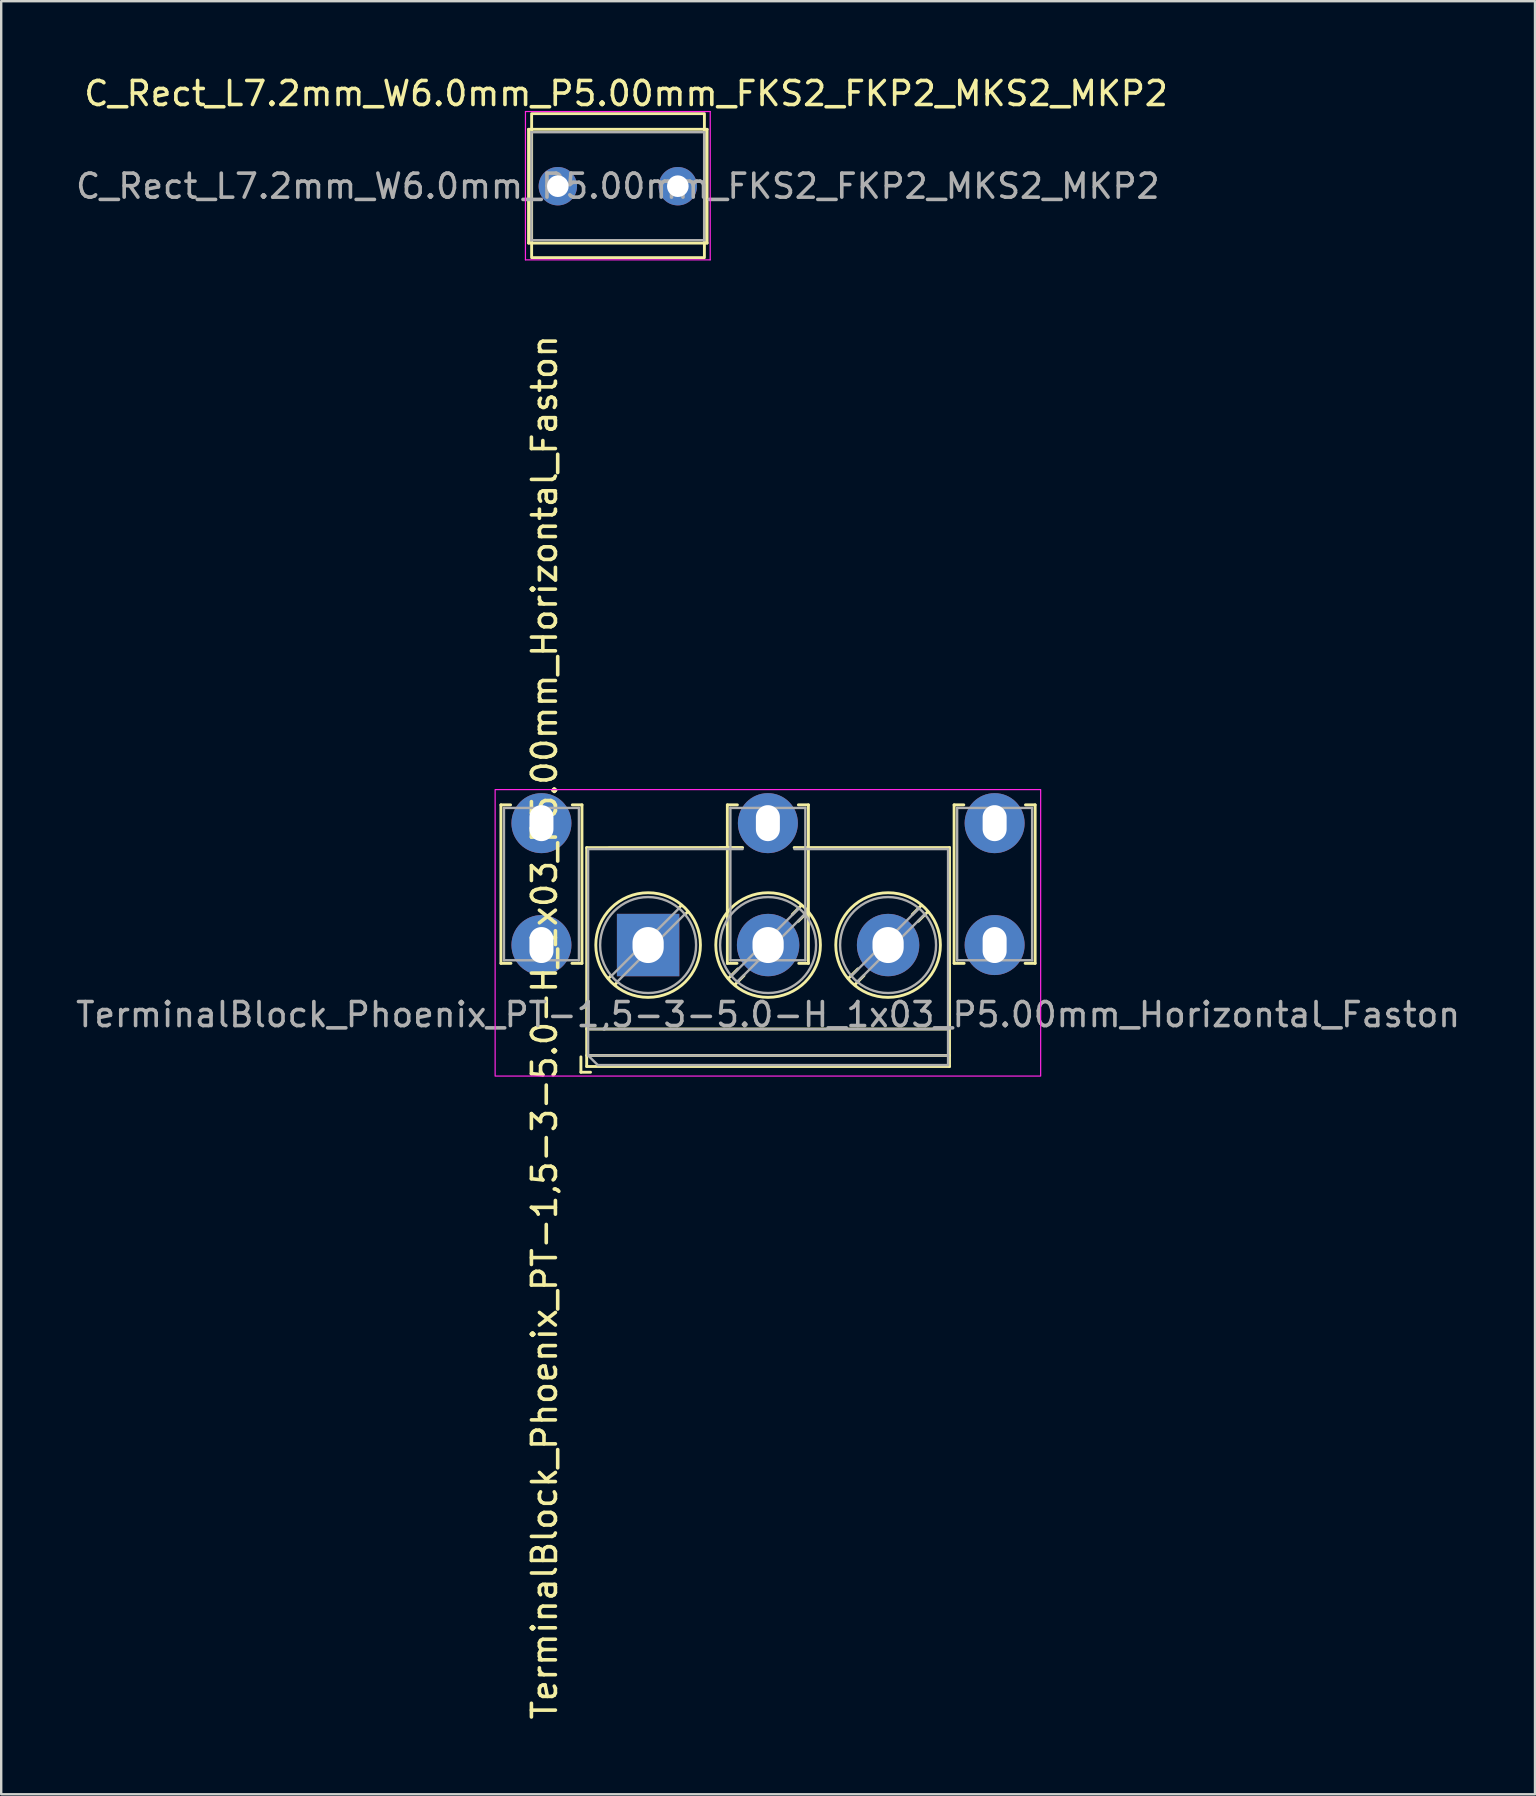
<source format=kicad_pcb>
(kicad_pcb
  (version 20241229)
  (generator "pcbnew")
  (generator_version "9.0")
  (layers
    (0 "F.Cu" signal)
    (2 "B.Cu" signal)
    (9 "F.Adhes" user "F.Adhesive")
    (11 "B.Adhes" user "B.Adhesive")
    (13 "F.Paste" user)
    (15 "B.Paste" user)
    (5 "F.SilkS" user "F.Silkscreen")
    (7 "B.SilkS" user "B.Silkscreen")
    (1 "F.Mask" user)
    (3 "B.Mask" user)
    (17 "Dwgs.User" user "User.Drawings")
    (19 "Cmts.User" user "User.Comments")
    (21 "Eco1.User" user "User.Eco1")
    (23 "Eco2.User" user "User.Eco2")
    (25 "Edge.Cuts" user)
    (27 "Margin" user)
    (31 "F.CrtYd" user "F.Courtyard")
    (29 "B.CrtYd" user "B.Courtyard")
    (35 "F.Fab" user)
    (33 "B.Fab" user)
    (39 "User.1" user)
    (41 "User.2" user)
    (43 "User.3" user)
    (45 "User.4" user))
  (footprint "C_Rect_L7.2mm_W6.0mm_P5.00mm_FKS2_FKP2_MKS2_MKP2"
    (layer "F.Cu")
    (at 20.196 4.709)
    (property "Reference" "C_Rect_L7.2mm_W6.0mm_P5.00mm_FKS2_FKP2_MKS2_MKP2" (at 2.845 -3.861 0) (layer "F.SilkS") (effects (font (size 1 1) (thickness 0.15))))
    (attr through_hole)
    (fp_line (start -1.22 -2.37) (end -1.22 2.37) (stroke (width 0.12) (type solid)) (layer "F.SilkS"))
    (fp_line (start -1.22 -2.37) (end 6.22 -2.37) (stroke (width 0.12) (type solid)) (layer "F.SilkS"))
    (fp_line (start -1.22 2.37) (end 6.22 2.37) (stroke (width 0.12) (type solid)) (layer "F.SilkS"))
    (fp_line (start 6.22 -2.37) (end 6.22 2.37) (stroke (width 0.12) (type solid)) (layer "F.SilkS"))
    (fp_rect (start -1.092 -3.023) (end 6.108 2.977) (stroke (width 0.12) (type solid)) (fill no) (layer "F.SilkS"))
    (fp_line (start -1.35 3.069) (end 6.35 3.069) (stroke (width 0.05) (type solid)) (layer "F.CrtYd"))
    (fp_line (start -1.349 -3.111) (end -1.35 3.069) (stroke (width 0.05) (type solid)) (layer "F.CrtYd"))
    (fp_line (start 6.35 3.069) (end 6.351 -3.111) (stroke (width 0.05) (type solid)) (layer "F.CrtYd"))
    (fp_line (start 6.351 -3.111) (end -1.349 -3.111) (stroke (width 0.05) (type solid)) (layer "F.CrtYd"))
    (fp_line (start -1.1 -2.25) (end -1.1 2.25) (stroke (width 0.1) (type solid)) (layer "F.Fab"))
    (fp_line (start -1.1 2.25) (end 6.1 2.25) (stroke (width 0.1) (type solid)) (layer "F.Fab"))
    (fp_line (start 6.1 -2.25) (end -1.1 -2.25) (stroke (width 0.1) (type solid)) (layer "F.Fab"))
    (fp_line (start 6.1 2.25) (end 6.1 -2.25) (stroke (width 0.1) (type solid)) (layer "F.Fab"))
    (fp_text user "${REFERENCE}" (at 2.5 0 0) (layer "F.Fab") (effects (font (size 1 1) (thickness 0.15))))
    (pad "1" thru_hole circle (at 0 0) (size 1.6 1.6) (drill 0.9) (layers "*.Cu" "*.Mask"))
    (pad "2" thru_hole circle (at 5 0) (size 1.6 1.6) (drill 0.9) (layers "*.Cu" "*.Mask")))
  (footprint "TerminalBlock_Phoenix_PT-1,5-3-5.0-H_1x03_P5.00mm_Horizontal_Faston"
    (layer "F.Cu")
    (at 23.958 36.332)
    (property "Reference" "TerminalBlock_Phoenix_PT-1,5-3-5.0-H_1x03_P5.00mm_Horizontal_Faston" (at -4.318 3.429 270) (layer "F.SilkS") (effects (font (size 1 1) (thickness 0.15))))
    (attr through_hole)
    (fp_line (start -6.134 -5.842) (end -6.134 0.762) (stroke (width 0.12) (type solid)) (layer "F.SilkS"))
    (fp_line (start -6.134 0.762) (end -5.715 0.762) (stroke (width 0.12) (type solid)) (layer "F.SilkS"))
    (fp_line (start -5.73 -5.842) (end -6.134 -5.842) (stroke (width 0.12) (type solid)) (layer "F.SilkS"))
    (fp_line (start -3.175 0.762) (end -2.756 0.762) (stroke (width 0.12) (type solid)) (layer "F.SilkS"))
    (fp_line (start -2.8 4.66) (end -2.8 5.3) (stroke (width 0.12) (type solid)) (layer "F.SilkS"))
    (fp_line (start -2.8 5.3) (end -2.4 5.3) (stroke (width 0.12) (type solid)) (layer "F.SilkS"))
    (fp_line (start -2.756 -5.842) (end -3.16 -5.842) (stroke (width 0.12) (type solid)) (layer "F.SilkS"))
    (fp_line (start -2.756 0.762) (end -2.756 -5.842) (stroke (width 0.12) (type solid)) (layer "F.SilkS"))
    (fp_line (start -2.56 -4.06) (end -2.56 5.06) (stroke (width 0.12) (type solid)) (layer "F.SilkS"))
    (fp_line (start -2.56 -4.06) (end 3.937 -4.064) (stroke (width 0.12) (type solid)) (layer "F.SilkS"))
    (fp_line (start -2.56 3.5) (end 12.56 3.5) (stroke (width 0.12) (type solid)) (layer "F.SilkS"))
    (fp_line (start -2.56 4.6) (end 12.56 4.6) (stroke (width 0.12) (type solid)) (layer "F.SilkS"))
    (fp_line (start -2.56 5.06) (end 12.56 5.06) (stroke (width 0.12) (type solid)) (layer "F.SilkS"))
    (fp_line (start -1.548 1.281) (end -1.654 1.388) (stroke (width 0.12) (type solid)) (layer "F.SilkS"))
    (fp_line (start -1.282 1.547) (end -1.388 1.654) (stroke (width 0.12) (type solid)) (layer "F.SilkS"))
    (fp_line (start 1.388 -1.654) (end 1.281 -1.547) (stroke (width 0.12) (type solid)) (layer "F.SilkS"))
    (fp_line (start 1.654 -1.388) (end 1.547 -1.281) (stroke (width 0.12) (type solid)) (layer "F.SilkS"))
    (fp_line (start 3.302 -5.842) (end 3.302 0.762) (stroke (width 0.12) (type solid)) (layer "F.SilkS"))
    (fp_line (start 3.302 0.762) (end 3.706 0.762) (stroke (width 0.12) (type solid)) (layer "F.SilkS"))
    (fp_line (start 3.721 -5.842) (end 3.302 -5.842) (stroke (width 0.12) (type solid)) (layer "F.SilkS"))
    (fp_line (start 3.742 0.992) (end 3.347 1.388) (stroke (width 0.12) (type solid)) (layer "F.SilkS"))
    (fp_line (start 3.993 1.274) (end 3.613 1.654) (stroke (width 0.12) (type solid)) (layer "F.SilkS"))
    (fp_line (start 6.087 -4.063) (end 12.564 -4.063) (stroke (width 0.12) (type solid)) (layer "F.SilkS"))
    (fp_line (start 6.276 0.762) (end 6.68 0.762) (stroke (width 0.12) (type solid)) (layer "F.SilkS"))
    (fp_line (start 6.388 -1.654) (end 6.008 -1.274) (stroke (width 0.12) (type solid)) (layer "F.SilkS"))
    (fp_line (start 6.654 -1.388) (end 6.259 -0.992) (stroke (width 0.12) (type solid)) (layer "F.SilkS"))
    (fp_line (start 6.68 -5.842) (end 6.261 -5.842) (stroke (width 0.12) (type solid)) (layer "F.SilkS"))
    (fp_line (start 6.68 0.762) (end 6.68 -5.842) (stroke (width 0.12) (type solid)) (layer "F.SilkS"))
    (fp_line (start 8.742 0.992) (end 8.347 1.388) (stroke (width 0.12) (type solid)) (layer "F.SilkS"))
    (fp_line (start 8.993 1.274) (end 8.613 1.654) (stroke (width 0.12) (type solid)) (layer "F.SilkS"))
    (fp_line (start 11.388 -1.654) (end 11.008 -1.274) (stroke (width 0.12) (type solid)) (layer "F.SilkS"))
    (fp_line (start 11.654 -1.388) (end 11.259 -0.992) (stroke (width 0.12) (type solid)) (layer "F.SilkS"))
    (fp_line (start 12.56 -4.06) (end 12.56 5.06) (stroke (width 0.12) (type solid)) (layer "F.SilkS"))
    (fp_line (start 12.751 -5.842) (end 12.751 0.762) (stroke (width 0.12) (type solid)) (layer "F.SilkS"))
    (fp_line (start 12.751 0.762) (end 13.17 0.762) (stroke (width 0.12) (type solid)) (layer "F.SilkS"))
    (fp_line (start 13.155 -5.842) (end 12.751 -5.842) (stroke (width 0.12) (type solid)) (layer "F.SilkS"))
    (fp_line (start 15.71 0.762) (end 16.129 0.762) (stroke (width 0.12) (type solid)) (layer "F.SilkS"))
    (fp_line (start 16.129 -5.842) (end 15.725 -5.842) (stroke (width 0.12) (type solid)) (layer "F.SilkS"))
    (fp_line (start 16.129 0.762) (end 16.129 -5.842) (stroke (width 0.12) (type solid)) (layer "F.SilkS"))
    (fp_circle (center 0 0) (end 2.18 0) (stroke (width 0.12) (type solid)) (fill no) (layer "F.SilkS"))
    (fp_circle (center 5 0) (end 7.18 0) (stroke (width 0.12) (type solid)) (fill no) (layer "F.SilkS"))
    (fp_circle (center 10 0) (end 12.18 0) (stroke (width 0.12) (type solid)) (fill no) (layer "F.SilkS"))
    (fp_rect (start -6.375 -6.477) (end 16.358 5.461) (stroke (width 0.05) (type default)) (fill no) (layer "F.CrtYd"))
    (fp_line (start -6.007 -5.715) (end -6.007 0.635) (stroke (width 0.1) (type solid)) (layer "F.Fab"))
    (fp_line (start -6.007 0.635) (end -2.883 0.635) (stroke (width 0.1) (type solid)) (layer "F.Fab"))
    (fp_line (start -2.883 -5.715) (end -6.007 -5.715) (stroke (width 0.1) (type solid)) (layer "F.Fab"))
    (fp_line (start -2.883 0.635) (end -2.883 -5.715) (stroke (width 0.1) (type solid)) (layer "F.Fab"))
    (fp_line (start -2.5 -4) (end 3.937 -4) (stroke (width 0.1) (type solid)) (layer "F.Fab"))
    (fp_line (start -2.5 3.5) (end 12.5 3.5) (stroke (width 0.1) (type solid)) (layer "F.Fab"))
    (fp_line (start -2.5 4.6) (end -2.5 -4) (stroke (width 0.1) (type solid)) (layer "F.Fab"))
    (fp_line (start -2.5 4.6) (end 12.5 4.6) (stroke (width 0.1) (type solid)) (layer "F.Fab"))
    (fp_line (start -2.1 5) (end -2.5 4.6) (stroke (width 0.1) (type solid)) (layer "F.Fab"))
    (fp_line (start 1.273 -1.517) (end -1.517 1.273) (stroke (width 0.1) (type solid)) (layer "F.Fab"))
    (fp_line (start 1.517 -1.273) (end -1.273 1.517) (stroke (width 0.1) (type solid)) (layer "F.Fab"))
    (fp_line (start 3.429 -5.715) (end 3.429 0.635) (stroke (width 0.1) (type solid)) (layer "F.Fab"))
    (fp_line (start 3.429 0.635) (end 6.553 0.635) (stroke (width 0.1) (type solid)) (layer "F.Fab"))
    (fp_line (start 6.096 -4) (end 12.5 -4) (stroke (width 0.1) (type solid)) (layer "F.Fab"))
    (fp_line (start 6.273 -1.517) (end 3.484 1.273) (stroke (width 0.1) (type solid)) (layer "F.Fab"))
    (fp_line (start 6.517 -1.273) (end 3.728 1.517) (stroke (width 0.1) (type solid)) (layer "F.Fab"))
    (fp_line (start 6.553 -5.715) (end 3.429 -5.715) (stroke (width 0.1) (type solid)) (layer "F.Fab"))
    (fp_line (start 6.553 0.635) (end 6.553 -5.715) (stroke (width 0.1) (type solid)) (layer "F.Fab"))
    (fp_line (start 11.273 -1.517) (end 8.484 1.273) (stroke (width 0.1) (type solid)) (layer "F.Fab"))
    (fp_line (start 11.517 -1.273) (end 8.728 1.517) (stroke (width 0.1) (type solid)) (layer "F.Fab"))
    (fp_line (start 12.5 -4) (end 12.5 5) (stroke (width 0.1) (type solid)) (layer "F.Fab"))
    (fp_line (start 12.5 5) (end -2.1 5) (stroke (width 0.1) (type solid)) (layer "F.Fab"))
    (fp_line (start 12.878 -5.715) (end 12.878 0.635) (stroke (width 0.1) (type solid)) (layer "F.Fab"))
    (fp_line (start 12.878 0.635) (end 16.002 0.635) (stroke (width 0.1) (type solid)) (layer "F.Fab"))
    (fp_line (start 16.002 -5.715) (end 12.878 -5.715) (stroke (width 0.1) (type solid)) (layer "F.Fab"))
    (fp_line (start 16.002 0.635) (end 16.002 -5.715) (stroke (width 0.1) (type solid)) (layer "F.Fab"))
    (fp_circle (center 0 0) (end 2 0) (stroke (width 0.1) (type solid)) (fill no) (layer "F.Fab"))
    (fp_circle (center 5 0) (end 7 0) (stroke (width 0.1) (type solid)) (fill no) (layer "F.Fab"))
    (fp_circle (center 10 0) (end 12 0) (stroke (width 0.1) (type solid)) (fill no) (layer "F.Fab"))
    (fp_text user "${REFERENCE}" (at 5 2.9 0) (layer "F.Fab") (effects (font (size 1 1) (thickness 0.15))))
    (pad "1" thru_hole circle (at -4.445 -5.08 270) (size 2.5 2.5) (drill oval 1.5 1) (layers "*.Cu" "*.Mask"))
    (pad "1" thru_hole circle (at -4.445 0 270) (size 2.5 2.5) (drill oval 1.5 1) (layers "*.Cu" "*.Mask"))
    (pad "1" thru_hole rect (at 0 0) (size 2.6 2.6) (drill oval 1.3 1.5) (layers "*.Cu" "*.Mask"))
    (pad "2" thru_hole circle (at 4.991 -5.08 90) (size 2.5 2.5) (drill oval 1.5 1) (layers "*.Cu" "*.Mask"))
    (pad "2" thru_hole circle (at 5 0) (size 2.6 2.6) (drill oval 1.3 1.5) (layers "*.Cu" "*.Mask"))
    (pad "3" thru_hole circle (at 10 0) (size 2.6 2.6) (drill oval 1.3 1.5) (layers "*.Cu" "*.Mask"))
    (pad "3" thru_hole circle (at 14.44 -5.08 270) (size 2.5 2.5) (drill oval 1.5 1) (layers "*.Cu" "*.Mask"))
    (pad "3" thru_hole circle (at 14.44 0 270) (size 2.5 2.5) (drill oval 1.5 1) (layers "*.Cu" "*.Mask")))
  (gr_rect
    (start -3 -3)
    (end 60.917 71.72)
    (stroke (width 0.1) (type default))
    (fill no)
    (layer "Edge.Cuts")))
</source>
